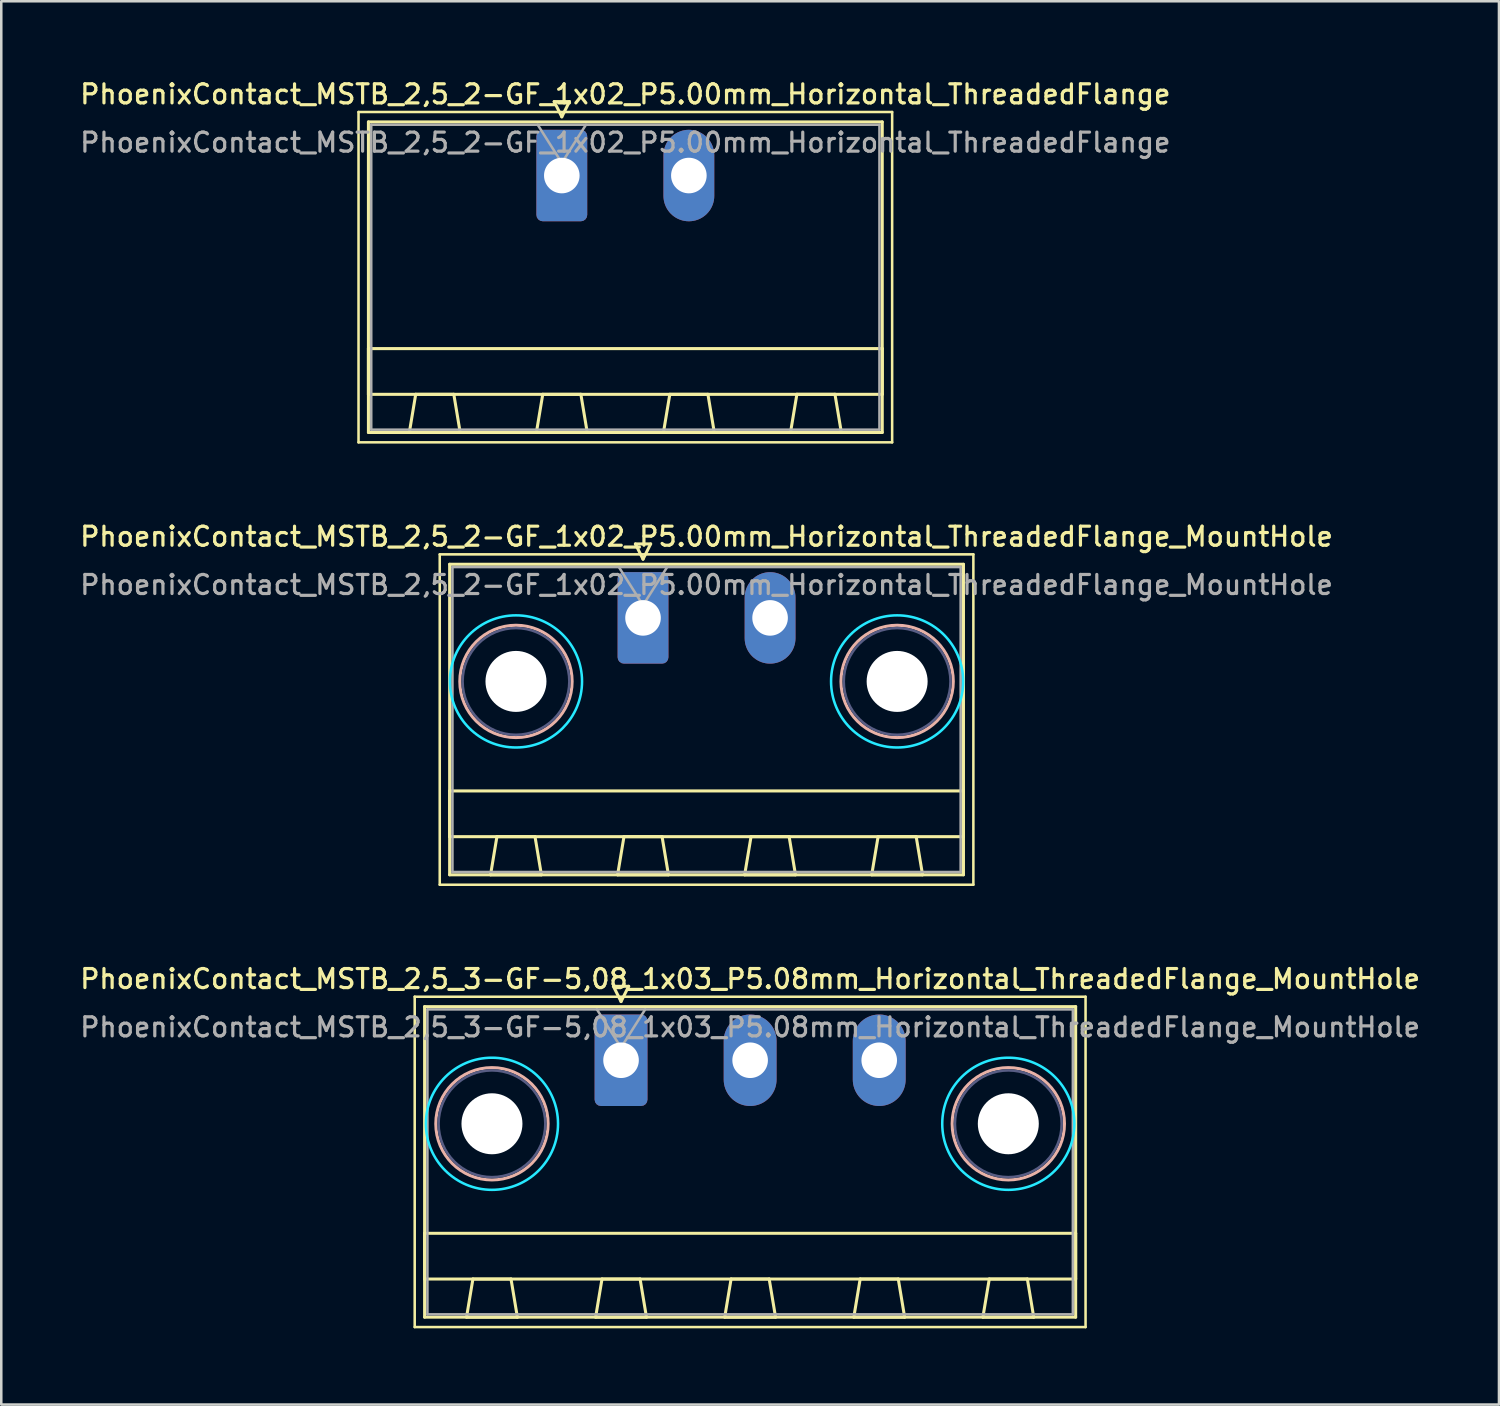
<source format=kicad_pcb>
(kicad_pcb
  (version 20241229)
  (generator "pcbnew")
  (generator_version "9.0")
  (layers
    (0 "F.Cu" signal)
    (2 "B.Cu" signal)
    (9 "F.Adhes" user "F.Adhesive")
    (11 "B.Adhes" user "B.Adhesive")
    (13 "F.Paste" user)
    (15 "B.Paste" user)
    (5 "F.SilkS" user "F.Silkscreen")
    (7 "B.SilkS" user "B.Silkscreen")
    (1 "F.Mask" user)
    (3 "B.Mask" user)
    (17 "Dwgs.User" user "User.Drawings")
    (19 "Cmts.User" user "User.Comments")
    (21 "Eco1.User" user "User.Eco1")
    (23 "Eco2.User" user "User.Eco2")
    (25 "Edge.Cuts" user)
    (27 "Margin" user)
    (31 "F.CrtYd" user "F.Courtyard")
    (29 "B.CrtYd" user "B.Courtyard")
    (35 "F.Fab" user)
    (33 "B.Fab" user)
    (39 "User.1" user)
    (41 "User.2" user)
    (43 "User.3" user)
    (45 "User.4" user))
  (footprint "PhoenixContact_MSTB_2,5_3-GF-5,08_1x03_P5.08mm_Horizontal_ThreadedFlange_MountHole"
    (layer "F.Cu")
    (at 21.39 38.674)
    (property "Reference" "PhoenixContact_MSTB_2,5_3-GF-5,08_1x03_P5.08mm_Horizontal_ThreadedFlange_MountHole" (at 5.08 -3.2 0) (layer "F.SilkS") (effects (font (size 0.75 0.75) (thickness 0.125))))
    (attr through_hole)
    (fp_line (start -8.12 -2.5) (end -8.12 10.5) (stroke (width 0.1) (type solid)) (layer "F.SilkS"))
    (fp_line (start -8.12 10.5) (end 18.28 10.5) (stroke (width 0.1) (type solid)) (layer "F.SilkS"))
    (fp_line (start -7.73 -2.11) (end -7.73 10.11) (stroke (width 0.12) (type solid)) (layer "F.SilkS"))
    (fp_line (start -7.73 6.81) (end 17.89 6.81) (stroke (width 0.12) (type solid)) (layer "F.SilkS"))
    (fp_line (start -7.73 8.61) (end -7.73 6.81) (stroke (width 0.12) (type solid)) (layer "F.SilkS"))
    (fp_line (start -7.73 10.11) (end 17.89 10.11) (stroke (width 0.12) (type solid)) (layer "F.SilkS"))
    (fp_line (start -6.08 10.11) (end -4.08 10.11) (stroke (width 0.12) (type solid)) (layer "F.SilkS"))
    (fp_line (start -5.83 8.61) (end -6.08 10.11) (stroke (width 0.12) (type solid)) (layer "F.SilkS"))
    (fp_line (start -4.33 8.61) (end -5.83 8.61) (stroke (width 0.12) (type solid)) (layer "F.SilkS"))
    (fp_line (start -4.08 10.11) (end -4.33 8.61) (stroke (width 0.12) (type solid)) (layer "F.SilkS"))
    (fp_line (start -1 10.11) (end 1 10.11) (stroke (width 0.12) (type solid)) (layer "F.SilkS"))
    (fp_line (start -0.75 8.61) (end -1 10.11) (stroke (width 0.12) (type solid)) (layer "F.SilkS"))
    (fp_line (start -0.3 -2.91) (end 0.3 -2.91) (stroke (width 0.12) (type solid)) (layer "F.SilkS"))
    (fp_line (start 0 -2.31) (end -0.3 -2.91) (stroke (width 0.12) (type solid)) (layer "F.SilkS"))
    (fp_line (start 0.3 -2.91) (end 0 -2.31) (stroke (width 0.12) (type solid)) (layer "F.SilkS"))
    (fp_line (start 0.75 8.61) (end -0.75 8.61) (stroke (width 0.12) (type solid)) (layer "F.SilkS"))
    (fp_line (start 1 10.11) (end 0.75 8.61) (stroke (width 0.12) (type solid)) (layer "F.SilkS"))
    (fp_line (start 4.08 10.11) (end 6.08 10.11) (stroke (width 0.12) (type solid)) (layer "F.SilkS"))
    (fp_line (start 4.33 8.61) (end 4.08 10.11) (stroke (width 0.12) (type solid)) (layer "F.SilkS"))
    (fp_line (start 5.83 8.61) (end 4.33 8.61) (stroke (width 0.12) (type solid)) (layer "F.SilkS"))
    (fp_line (start 6.08 10.11) (end 5.83 8.61) (stroke (width 0.12) (type solid)) (layer "F.SilkS"))
    (fp_line (start 9.16 10.11) (end 11.16 10.11) (stroke (width 0.12) (type solid)) (layer "F.SilkS"))
    (fp_line (start 9.41 8.61) (end 9.16 10.11) (stroke (width 0.12) (type solid)) (layer "F.SilkS"))
    (fp_line (start 10.91 8.61) (end 9.41 8.61) (stroke (width 0.12) (type solid)) (layer "F.SilkS"))
    (fp_line (start 11.16 10.11) (end 10.91 8.61) (stroke (width 0.12) (type solid)) (layer "F.SilkS"))
    (fp_line (start 14.24 10.11) (end 16.24 10.11) (stroke (width 0.12) (type solid)) (layer "F.SilkS"))
    (fp_line (start 14.49 8.61) (end 14.24 10.11) (stroke (width 0.12) (type solid)) (layer "F.SilkS"))
    (fp_line (start 15.99 8.61) (end 14.49 8.61) (stroke (width 0.12) (type solid)) (layer "F.SilkS"))
    (fp_line (start 16.24 10.11) (end 15.99 8.61) (stroke (width 0.12) (type solid)) (layer "F.SilkS"))
    (fp_line (start 17.89 -2.11) (end -7.73 -2.11) (stroke (width 0.12) (type solid)) (layer "F.SilkS"))
    (fp_line (start 17.89 6.81) (end 17.89 8.61) (stroke (width 0.12) (type solid)) (layer "F.SilkS"))
    (fp_line (start 17.89 8.61) (end -7.73 8.61) (stroke (width 0.12) (type solid)) (layer "F.SilkS"))
    (fp_line (start 17.89 10.11) (end 17.89 -2.11) (stroke (width 0.12) (type solid)) (layer "F.SilkS"))
    (fp_line (start 18.28 -2.5) (end -8.12 -2.5) (stroke (width 0.1) (type solid)) (layer "F.SilkS"))
    (fp_line (start 18.28 10.5) (end 18.28 -2.5) (stroke (width 0.1) (type solid)) (layer "F.SilkS"))
    (fp_circle (center -5.08 2.5) (end -2.87 2.5) (stroke (width 0.12) (type solid)) (fill no) (layer "B.SilkS"))
    (fp_circle (center 15.24 2.5) (end 17.45 2.5) (stroke (width 0.12) (type solid)) (fill no) (layer "B.SilkS"))
    (fp_circle (center -5.08 2.5) (end -2.48 2.5) (stroke (width 0.1) (type solid)) (fill no) (layer "B.CrtYd"))
    (fp_circle (center 15.24 2.5) (end 17.84 2.5) (stroke (width 0.1) (type solid)) (fill no) (layer "B.CrtYd"))
    (fp_circle (center -5.08 2.5) (end -2.98 2.5) (stroke (width 0.1) (type solid)) (fill no) (layer "B.Fab"))
    (fp_circle (center 15.24 2.5) (end 17.34 2.5) (stroke (width 0.1) (type solid)) (fill no) (layer "B.Fab"))
    (fp_line (start -7.62 -2) (end -7.62 10) (stroke (width 0.1) (type solid)) (layer "F.Fab"))
    (fp_line (start -7.62 10) (end 17.78 10) (stroke (width 0.1) (type solid)) (layer "F.Fab"))
    (fp_line (start 0 -0.5) (end -0.95 -2) (stroke (width 0.1) (type solid)) (layer "F.Fab"))
    (fp_line (start 0.95 -2) (end 0 -0.5) (stroke (width 0.1) (type solid)) (layer "F.Fab"))
    (fp_line (start 17.78 -2) (end -7.62 -2) (stroke (width 0.1) (type solid)) (layer "F.Fab"))
    (fp_line (start 17.78 10) (end 17.78 -2) (stroke (width 0.1) (type solid)) (layer "F.Fab"))
    (fp_text user "${REFERENCE}" (at 5.08 -1.3 0) (layer "F.Fab") (effects (font (size 0.75 0.75) (thickness 0.125))))
    (pad "" np_thru_hole circle (at -5.08 2.5) (size 2.4 2.4) (drill 2.4) (layers "*.Cu" "*.Mask"))
    (pad "" np_thru_hole circle (at 15.24 2.5) (size 2.4 2.4) (drill 2.4) (layers "*.Cu" "*.Mask"))
    (pad "1" thru_hole roundrect (at 0 0) (size 2.08 3.6) (drill 1.4) (layers "*.Cu" "*.Mask") (roundrect_rratio 0.12))
    (pad "2" thru_hole oval (at 5.08 0) (size 2.08 3.6) (drill 1.4) (layers "*.Cu" "*.Mask"))
    (pad "3" thru_hole oval (at 10.16 0) (size 2.08 3.6) (drill 1.4) (layers "*.Cu" "*.Mask")))
  (footprint "PhoenixContact_MSTB_2,5_2-GF_1x02_P5.00mm_Horizontal_ThreadedFlange_MountHole"
    (layer "F.Cu")
    (at 22.255 21.266)
    (property "Reference" "PhoenixContact_MSTB_2,5_2-GF_1x02_P5.00mm_Horizontal_ThreadedFlange_MountHole" (at 2.5 -3.2 0) (layer "F.SilkS") (effects (font (size 0.75 0.75) (thickness 0.125))))
    (attr through_hole)
    (fp_line (start -8 -2.5) (end -8 10.5) (stroke (width 0.1) (type solid)) (layer "F.SilkS"))
    (fp_line (start -8 10.5) (end 13 10.5) (stroke (width 0.1) (type solid)) (layer "F.SilkS"))
    (fp_line (start -7.61 -2.11) (end -7.61 10.11) (stroke (width 0.12) (type solid)) (layer "F.SilkS"))
    (fp_line (start -7.61 6.81) (end 12.61 6.81) (stroke (width 0.12) (type solid)) (layer "F.SilkS"))
    (fp_line (start -7.61 8.61) (end -7.61 6.81) (stroke (width 0.12) (type solid)) (layer "F.SilkS"))
    (fp_line (start -7.61 10.11) (end 12.61 10.11) (stroke (width 0.12) (type solid)) (layer "F.SilkS"))
    (fp_line (start -6 10.11) (end -4 10.11) (stroke (width 0.12) (type solid)) (layer "F.SilkS"))
    (fp_line (start -5.75 8.61) (end -6 10.11) (stroke (width 0.12) (type solid)) (layer "F.SilkS"))
    (fp_line (start -4.25 8.61) (end -5.75 8.61) (stroke (width 0.12) (type solid)) (layer "F.SilkS"))
    (fp_line (start -4 10.11) (end -4.25 8.61) (stroke (width 0.12) (type solid)) (layer "F.SilkS"))
    (fp_line (start -1 10.11) (end 1 10.11) (stroke (width 0.12) (type solid)) (layer "F.SilkS"))
    (fp_line (start -0.75 8.61) (end -1 10.11) (stroke (width 0.12) (type solid)) (layer "F.SilkS"))
    (fp_line (start -0.3 -2.91) (end 0.3 -2.91) (stroke (width 0.12) (type solid)) (layer "F.SilkS"))
    (fp_line (start 0 -2.31) (end -0.3 -2.91) (stroke (width 0.12) (type solid)) (layer "F.SilkS"))
    (fp_line (start 0.3 -2.91) (end 0 -2.31) (stroke (width 0.12) (type solid)) (layer "F.SilkS"))
    (fp_line (start 0.75 8.61) (end -0.75 8.61) (stroke (width 0.12) (type solid)) (layer "F.SilkS"))
    (fp_line (start 1 10.11) (end 0.75 8.61) (stroke (width 0.12) (type solid)) (layer "F.SilkS"))
    (fp_line (start 4 10.11) (end 6 10.11) (stroke (width 0.12) (type solid)) (layer "F.SilkS"))
    (fp_line (start 4.25 8.61) (end 4 10.11) (stroke (width 0.12) (type solid)) (layer "F.SilkS"))
    (fp_line (start 5.75 8.61) (end 4.25 8.61) (stroke (width 0.12) (type solid)) (layer "F.SilkS"))
    (fp_line (start 6 10.11) (end 5.75 8.61) (stroke (width 0.12) (type solid)) (layer "F.SilkS"))
    (fp_line (start 9 10.11) (end 11 10.11) (stroke (width 0.12) (type solid)) (layer "F.SilkS"))
    (fp_line (start 9.25 8.61) (end 9 10.11) (stroke (width 0.12) (type solid)) (layer "F.SilkS"))
    (fp_line (start 10.75 8.61) (end 9.25 8.61) (stroke (width 0.12) (type solid)) (layer "F.SilkS"))
    (fp_line (start 11 10.11) (end 10.75 8.61) (stroke (width 0.12) (type solid)) (layer "F.SilkS"))
    (fp_line (start 12.61 -2.11) (end -7.61 -2.11) (stroke (width 0.12) (type solid)) (layer "F.SilkS"))
    (fp_line (start 12.61 6.81) (end 12.61 8.61) (stroke (width 0.12) (type solid)) (layer "F.SilkS"))
    (fp_line (start 12.61 8.61) (end -7.61 8.61) (stroke (width 0.12) (type solid)) (layer "F.SilkS"))
    (fp_line (start 12.61 10.11) (end 12.61 -2.11) (stroke (width 0.12) (type solid)) (layer "F.SilkS"))
    (fp_line (start 13 -2.5) (end -8 -2.5) (stroke (width 0.1) (type solid)) (layer "F.SilkS"))
    (fp_line (start 13 10.5) (end 13 -2.5) (stroke (width 0.1) (type solid)) (layer "F.SilkS"))
    (fp_circle (center -5 2.5) (end -2.79 2.5) (stroke (width 0.12) (type solid)) (fill no) (layer "B.SilkS"))
    (fp_circle (center 10 2.5) (end 12.21 2.5) (stroke (width 0.12) (type solid)) (fill no) (layer "B.SilkS"))
    (fp_circle (center -5 2.5) (end -2.4 2.5) (stroke (width 0.1) (type solid)) (fill no) (layer "B.CrtYd"))
    (fp_circle (center 10 2.5) (end 12.6 2.5) (stroke (width 0.1) (type solid)) (fill no) (layer "B.CrtYd"))
    (fp_circle (center -5 2.5) (end -2.9 2.5) (stroke (width 0.1) (type solid)) (fill no) (layer "B.Fab"))
    (fp_circle (center 10 2.5) (end 12.1 2.5) (stroke (width 0.1) (type solid)) (fill no) (layer "B.Fab"))
    (fp_line (start -7.5 -2) (end -7.5 10) (stroke (width 0.1) (type solid)) (layer "F.Fab"))
    (fp_line (start -7.5 10) (end 12.5 10) (stroke (width 0.1) (type solid)) (layer "F.Fab"))
    (fp_line (start 0 -0.5) (end -0.95 -2) (stroke (width 0.1) (type solid)) (layer "F.Fab"))
    (fp_line (start 0.95 -2) (end 0 -0.5) (stroke (width 0.1) (type solid)) (layer "F.Fab"))
    (fp_line (start 12.5 -2) (end -7.5 -2) (stroke (width 0.1) (type solid)) (layer "F.Fab"))
    (fp_line (start 12.5 10) (end 12.5 -2) (stroke (width 0.1) (type solid)) (layer "F.Fab"))
    (fp_text user "${REFERENCE}" (at 2.5 -1.3 0) (layer "F.Fab") (effects (font (size 0.75 0.75) (thickness 0.125))))
    (pad "" np_thru_hole circle (at -5 2.5) (size 2.4 2.4) (drill 2.4) (layers "*.Cu" "*.Mask"))
    (pad "" np_thru_hole circle (at 10 2.5) (size 2.4 2.4) (drill 2.4) (layers "*.Cu" "*.Mask"))
    (pad "1" thru_hole roundrect (at 0 0) (size 2 3.6) (drill 1.4) (layers "*.Cu" "*.Mask") (roundrect_rratio 0.125))
    (pad "2" thru_hole oval (at 5 0) (size 2 3.6) (drill 1.4) (layers "*.Cu" "*.Mask")))
  (footprint "PhoenixContact_MSTB_2,5_2-GF_1x02_P5.00mm_Horizontal_ThreadedFlange"
    (layer "F.Cu")
    (at 19.059 3.858)
    (property "Reference" "PhoenixContact_MSTB_2,5_2-GF_1x02_P5.00mm_Horizontal_ThreadedFlange" (at 2.5 -3.2 0) (layer "F.SilkS") (effects (font (size 0.75 0.75) (thickness 0.125))))
    (attr through_hole)
    (fp_line (start -8 -2.5) (end -8 10.5) (stroke (width 0.1) (type solid)) (layer "F.SilkS"))
    (fp_line (start -8 10.5) (end 13 10.5) (stroke (width 0.1) (type solid)) (layer "F.SilkS"))
    (fp_line (start -7.61 -2.11) (end -7.61 10.11) (stroke (width 0.12) (type solid)) (layer "F.SilkS"))
    (fp_line (start -7.61 6.81) (end 12.61 6.81) (stroke (width 0.12) (type solid)) (layer "F.SilkS"))
    (fp_line (start -7.61 8.61) (end -7.61 6.81) (stroke (width 0.12) (type solid)) (layer "F.SilkS"))
    (fp_line (start -7.61 10.11) (end 12.61 10.11) (stroke (width 0.12) (type solid)) (layer "F.SilkS"))
    (fp_line (start -6 10.11) (end -4 10.11) (stroke (width 0.12) (type solid)) (layer "F.SilkS"))
    (fp_line (start -5.75 8.61) (end -6 10.11) (stroke (width 0.12) (type solid)) (layer "F.SilkS"))
    (fp_line (start -4.25 8.61) (end -5.75 8.61) (stroke (width 0.12) (type solid)) (layer "F.SilkS"))
    (fp_line (start -4 10.11) (end -4.25 8.61) (stroke (width 0.12) (type solid)) (layer "F.SilkS"))
    (fp_line (start -1 10.11) (end 1 10.11) (stroke (width 0.12) (type solid)) (layer "F.SilkS"))
    (fp_line (start -0.75 8.61) (end -1 10.11) (stroke (width 0.12) (type solid)) (layer "F.SilkS"))
    (fp_line (start -0.3 -2.91) (end 0.3 -2.91) (stroke (width 0.12) (type solid)) (layer "F.SilkS"))
    (fp_line (start 0 -2.31) (end -0.3 -2.91) (stroke (width 0.12) (type solid)) (layer "F.SilkS"))
    (fp_line (start 0.3 -2.91) (end 0 -2.31) (stroke (width 0.12) (type solid)) (layer "F.SilkS"))
    (fp_line (start 0.75 8.61) (end -0.75 8.61) (stroke (width 0.12) (type solid)) (layer "F.SilkS"))
    (fp_line (start 1 10.11) (end 0.75 8.61) (stroke (width 0.12) (type solid)) (layer "F.SilkS"))
    (fp_line (start 4 10.11) (end 6 10.11) (stroke (width 0.12) (type solid)) (layer "F.SilkS"))
    (fp_line (start 4.25 8.61) (end 4 10.11) (stroke (width 0.12) (type solid)) (layer "F.SilkS"))
    (fp_line (start 5.75 8.61) (end 4.25 8.61) (stroke (width 0.12) (type solid)) (layer "F.SilkS"))
    (fp_line (start 6 10.11) (end 5.75 8.61) (stroke (width 0.12) (type solid)) (layer "F.SilkS"))
    (fp_line (start 9 10.11) (end 11 10.11) (stroke (width 0.12) (type solid)) (layer "F.SilkS"))
    (fp_line (start 9.25 8.61) (end 9 10.11) (stroke (width 0.12) (type solid)) (layer "F.SilkS"))
    (fp_line (start 10.75 8.61) (end 9.25 8.61) (stroke (width 0.12) (type solid)) (layer "F.SilkS"))
    (fp_line (start 11 10.11) (end 10.75 8.61) (stroke (width 0.12) (type solid)) (layer "F.SilkS"))
    (fp_line (start 12.61 -2.11) (end -7.61 -2.11) (stroke (width 0.12) (type solid)) (layer "F.SilkS"))
    (fp_line (start 12.61 6.81) (end 12.61 8.61) (stroke (width 0.12) (type solid)) (layer "F.SilkS"))
    (fp_line (start 12.61 8.61) (end -7.61 8.61) (stroke (width 0.12) (type solid)) (layer "F.SilkS"))
    (fp_line (start 12.61 10.11) (end 12.61 -2.11) (stroke (width 0.12) (type solid)) (layer "F.SilkS"))
    (fp_line (start 13 -2.5) (end -8 -2.5) (stroke (width 0.1) (type solid)) (layer "F.SilkS"))
    (fp_line (start 13 10.5) (end 13 -2.5) (stroke (width 0.1) (type solid)) (layer "F.SilkS"))
    (fp_line (start -7.5 -2) (end -7.5 10) (stroke (width 0.1) (type solid)) (layer "F.Fab"))
    (fp_line (start -7.5 10) (end 12.5 10) (stroke (width 0.1) (type solid)) (layer "F.Fab"))
    (fp_line (start 0 -0.5) (end -0.95 -2) (stroke (width 0.1) (type solid)) (layer "F.Fab"))
    (fp_line (start 0.95 -2) (end 0 -0.5) (stroke (width 0.1) (type solid)) (layer "F.Fab"))
    (fp_line (start 12.5 -2) (end -7.5 -2) (stroke (width 0.1) (type solid)) (layer "F.Fab"))
    (fp_line (start 12.5 10) (end 12.5 -2) (stroke (width 0.1) (type solid)) (layer "F.Fab"))
    (fp_text user "${REFERENCE}" (at 2.5 -1.3 0) (layer "F.Fab") (effects (font (size 0.75 0.75) (thickness 0.125))))
    (pad "1" thru_hole roundrect (at 0 0) (size 2 3.6) (drill 1.4) (layers "*.Cu" "*.Mask") (roundrect_rratio 0.125))
    (pad "2" thru_hole oval (at 5 0) (size 2 3.6) (drill 1.4) (layers "*.Cu" "*.Mask")))
  (gr_rect
    (start -3 -3)
    (end 55.939 52.224)
    (stroke (width 0.1) (type default))
    (fill no)
    (layer "Edge.Cuts")))
</source>
